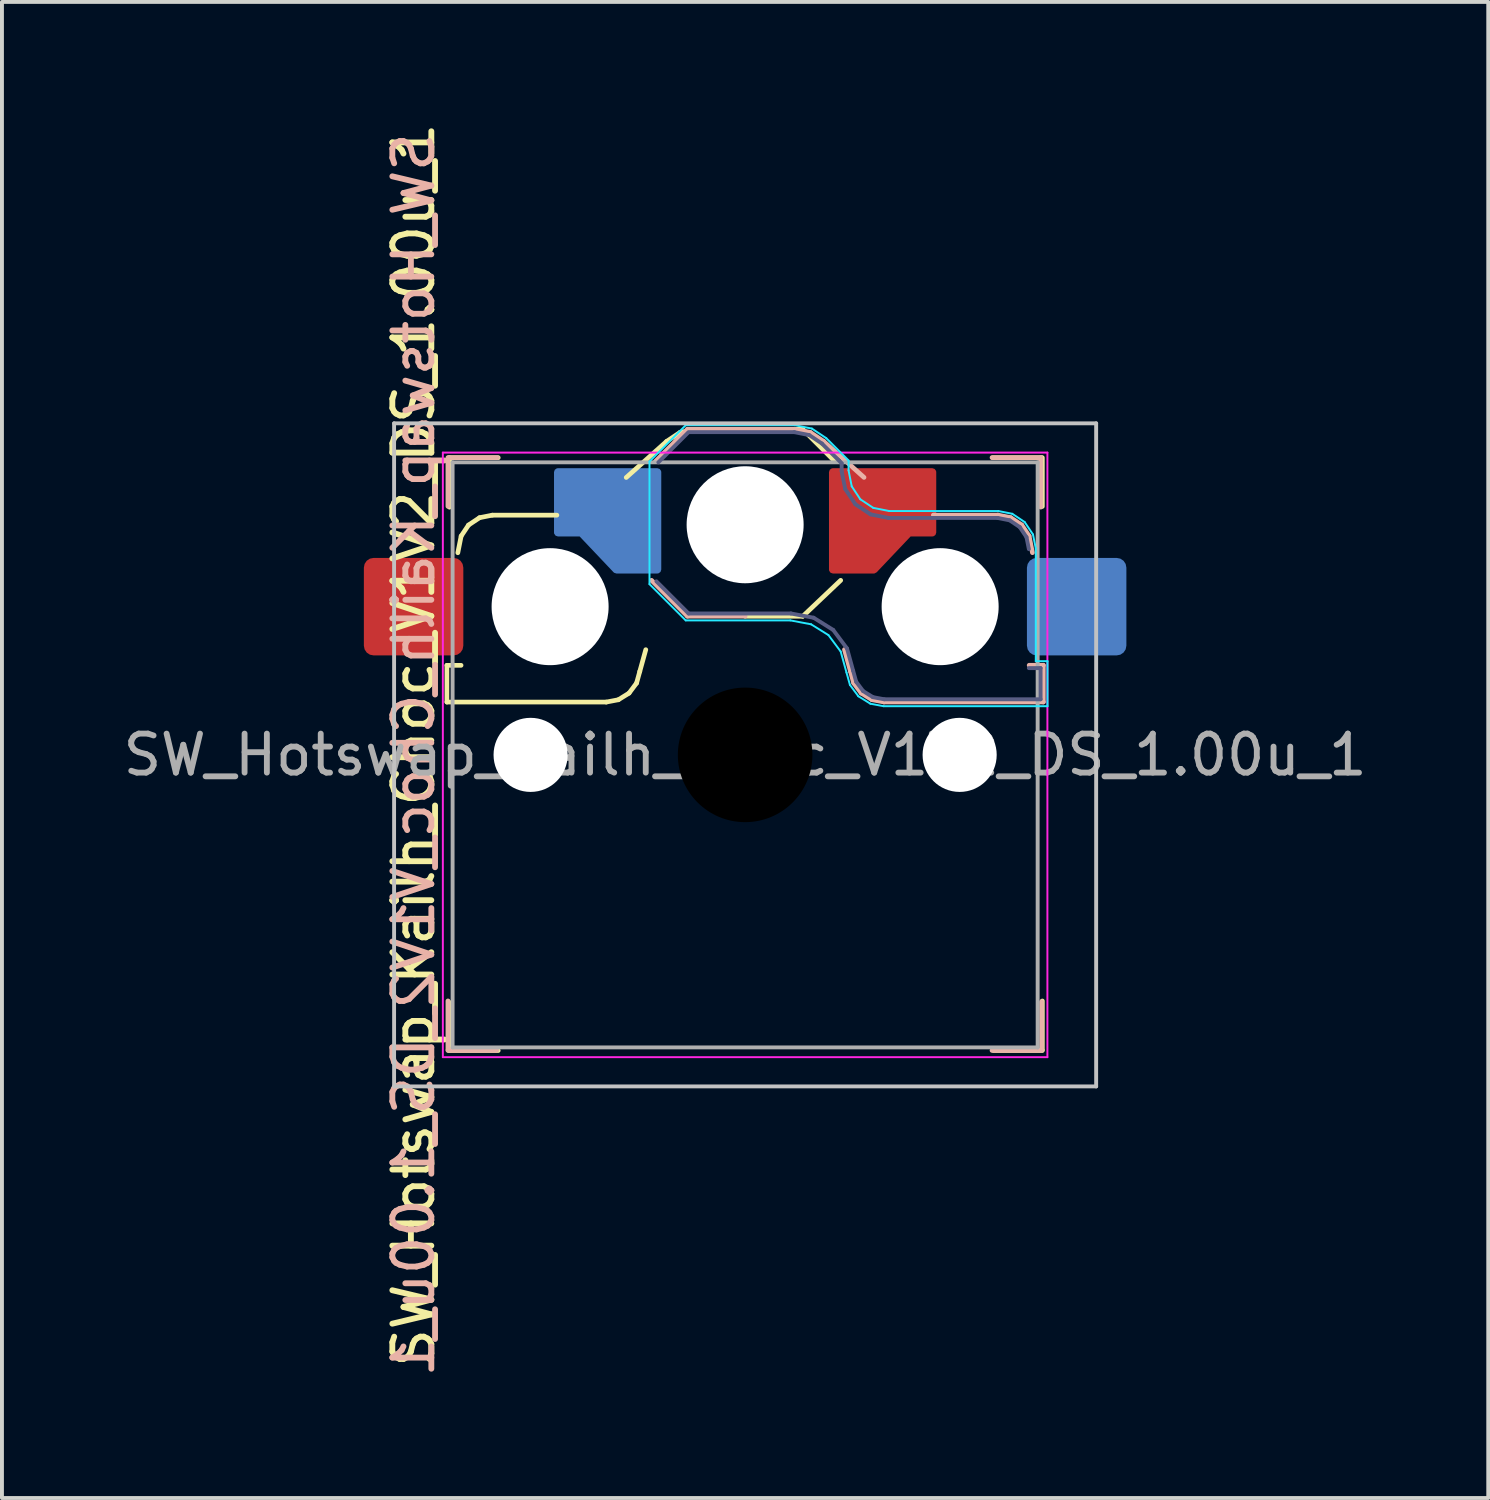
<source format=kicad_pcb>
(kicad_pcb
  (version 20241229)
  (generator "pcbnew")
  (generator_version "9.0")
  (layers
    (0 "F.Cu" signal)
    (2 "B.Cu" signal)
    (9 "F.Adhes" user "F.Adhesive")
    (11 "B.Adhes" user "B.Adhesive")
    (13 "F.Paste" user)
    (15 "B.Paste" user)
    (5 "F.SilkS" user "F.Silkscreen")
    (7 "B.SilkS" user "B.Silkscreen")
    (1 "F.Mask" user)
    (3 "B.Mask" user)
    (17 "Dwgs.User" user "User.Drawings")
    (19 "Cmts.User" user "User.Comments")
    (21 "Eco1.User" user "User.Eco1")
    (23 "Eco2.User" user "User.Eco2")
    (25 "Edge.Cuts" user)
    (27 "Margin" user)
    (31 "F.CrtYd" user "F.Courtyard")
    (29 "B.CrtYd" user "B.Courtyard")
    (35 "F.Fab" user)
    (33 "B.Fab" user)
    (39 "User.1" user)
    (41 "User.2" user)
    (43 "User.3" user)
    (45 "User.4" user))
  (footprint "SW_Hotswap_Kailh_Choc_V1V2_DS_1.00u_1"
    (layer "F.Cu")
    (at 16.054 16.304)
    (property "Reference" "SW_Hotswap_Kailh_Choc_V1V2_DS_1.00u_1" (at -8.5 0 90) (unlocked yes) (layer "B.SilkS") (effects (font (size 1 1) (thickness 0.15)) (justify mirror)))
    (attr smd)
    (fp_line (start -7.646 -2.296) (end -7.646 -1.354) (stroke (width 0.12) (type solid)) (layer "F.SilkS"))
    (fp_line (start -7.646 -1.354) (end -3.56 -1.354) (stroke (width 0.12) (type solid)) (layer "F.SilkS"))
    (fp_line (start -7.6 6.33) (end -7.6 7.58) (stroke (width 0.12) (type solid)) (layer "F.SilkS"))
    (fp_line (start -7.58 -7.62) (end -7.58 -6.37) (stroke (width 0.12) (type solid)) (layer "F.SilkS"))
    (fp_line (start -7.58 -7.6) (end -7.58 -6.35) (stroke (width 0.12) (type solid)) (layer "F.SilkS"))
    (fp_line (start -7.58 7.58) (end -6.33 7.58) (stroke (width 0.12) (type solid)) (layer "F.SilkS"))
    (fp_line (start -7.283 -2.296) (end -7.646 -2.296) (stroke (width 0.12) (type solid)) (layer "F.SilkS"))
    (fp_line (start -7.281 -5.609) (end -7.366 -5.182) (stroke (width 0.12) (type solid)) (layer "F.SilkS"))
    (fp_line (start -7.092 -5.892) (end -7.281 -5.609) (stroke (width 0.12) (type solid)) (layer "F.SilkS"))
    (fp_line (start -6.809 -6.081) (end -7.092 -5.892) (stroke (width 0.12) (type solid)) (layer "F.SilkS"))
    (fp_line (start -6.482 -6.146) (end -6.809 -6.081) (stroke (width 0.12) (type solid)) (layer "F.SilkS"))
    (fp_line (start -6.33 -7.62) (end -7.58 -7.62) (stroke (width 0.12) (type solid)) (layer "F.SilkS"))
    (fp_line (start -4.826 -6.146) (end -6.482 -6.146) (stroke (width 0.12) (type solid)) (layer "F.SilkS"))
    (fp_line (start -3.56 -1.354) (end -3.25 -1.413) (stroke (width 0.12) (type solid)) (layer "F.SilkS"))
    (fp_line (start -3.25 -1.413) (end -2.976 -1.583) (stroke (width 0.12) (type solid)) (layer "F.SilkS"))
    (fp_line (start -2.976 -1.583) (end -2.783 -1.841) (stroke (width 0.12) (type solid)) (layer "F.SilkS"))
    (fp_line (start -2.783 -1.841) (end -2.701 -2.139) (stroke (width 0.12) (type solid)) (layer "F.SilkS"))
    (fp_line (start -2.701 -2.139) (end -2.547 -2.697) (stroke (width 0.12) (type solid)) (layer "F.SilkS"))
    (fp_line (start -2.013 -8.037) (end -3.048 -7.112) (stroke (width 0.12) (type solid)) (layer "F.SilkS"))
    (fp_line (start -1.671 -8.266) (end -2.013 -8.037) (stroke (width 0.12) (type solid)) (layer "F.SilkS"))
    (fp_line (start -1.268 -8.346) (end -1.671 -8.266) (stroke (width 0.12) (type solid)) (layer "F.SilkS"))
    (fp_line (start 0 -3.554) (end 1.479 -3.554) (stroke (width 0.12) (type solid)) (layer "F.SilkS"))
    (fp_line (start 1.479 -8.346) (end -1.268 -8.346) (stroke (width 0.12) (type solid)) (layer "F.SilkS"))
    (fp_line (start 1.479 -3.554) (end 2.45 -4.475) (stroke (width 0.12) (type solid)) (layer "F.SilkS"))
    (fp_line (start 2.3 -7.525) (end 1.479 -8.346) (stroke (width 0.12) (type solid)) (layer "F.SilkS"))
    (fp_line (start 6.37 7.58) (end 7.62 7.58) (stroke (width 0.12) (type solid)) (layer "F.SilkS"))
    (fp_line (start 7.6 -7.62) (end 6.35 -7.62) (stroke (width 0.12) (type solid)) (layer "F.SilkS"))
    (fp_line (start 7.62 -6.37) (end 7.62 -7.62) (stroke (width 0.12) (type solid)) (layer "F.SilkS"))
    (fp_line (start 7.62 7.56) (end 7.62 6.31) (stroke (width 0.12) (type solid)) (layer "F.SilkS"))
    (fp_line (start -7.62 -6.372) (end -7.62 -7.622) (stroke (width 0.12) (type solid)) (layer "B.SilkS"))
    (fp_line (start -7.62 7.558) (end -7.62 6.308) (stroke (width 0.12) (type solid)) (layer "B.SilkS"))
    (fp_line (start -7.6 -7.622) (end -6.35 -7.622) (stroke (width 0.12) (type solid)) (layer "B.SilkS"))
    (fp_line (start -6.37 7.578) (end -7.62 7.578) (stroke (width 0.12) (type solid)) (layer "B.SilkS"))
    (fp_line (start -2.3 -7.525) (end -1.479 -8.348) (stroke (width 0.12) (type solid)) (layer "B.SilkS"))
    (fp_line (start -1.479 -8.348) (end 1.268 -8.348) (stroke (width 0.12) (type solid)) (layer "B.SilkS"))
    (fp_line (start -1.479 -3.556) (end -2.4 -4.475) (stroke (width 0.12) (type solid)) (layer "B.SilkS"))
    (fp_line (start 0 -3.556) (end -1.479 -3.556) (stroke (width 0.12) (type solid)) (layer "B.SilkS"))
    (fp_line (start 1.268 -8.348) (end 1.671 -8.268) (stroke (width 0.12) (type solid)) (layer "B.SilkS"))
    (fp_line (start 1.671 -8.268) (end 2.013 -8.039) (stroke (width 0.12) (type solid)) (layer "B.SilkS"))
    (fp_line (start 2.013 -8.039) (end 3.048 -7.114) (stroke (width 0.12) (type solid)) (layer "B.SilkS"))
    (fp_line (start 2.701 -2.141) (end 2.547 -2.699) (stroke (width 0.12) (type solid)) (layer "B.SilkS"))
    (fp_line (start 2.783 -1.843) (end 2.701 -2.141) (stroke (width 0.12) (type solid)) (layer "B.SilkS"))
    (fp_line (start 2.976 -1.585) (end 2.783 -1.843) (stroke (width 0.12) (type solid)) (layer "B.SilkS"))
    (fp_line (start 3.25 -1.415) (end 2.976 -1.585) (stroke (width 0.12) (type solid)) (layer "B.SilkS"))
    (fp_line (start 3.56 -1.356) (end 3.25 -1.415) (stroke (width 0.12) (type solid)) (layer "B.SilkS"))
    (fp_line (start 4.826 -6.148) (end 6.482 -6.148) (stroke (width 0.12) (type solid)) (layer "B.SilkS"))
    (fp_line (start 6.33 -7.622) (end 7.58 -7.622) (stroke (width 0.12) (type solid)) (layer "B.SilkS"))
    (fp_line (start 6.482 -6.148) (end 6.809 -6.083) (stroke (width 0.12) (type solid)) (layer "B.SilkS"))
    (fp_line (start 6.809 -6.083) (end 7.092 -5.894) (stroke (width 0.12) (type solid)) (layer "B.SilkS"))
    (fp_line (start 7.092 -5.894) (end 7.281 -5.611) (stroke (width 0.12) (type solid)) (layer "B.SilkS"))
    (fp_line (start 7.281 -5.611) (end 7.366 -5.184) (stroke (width 0.12) (type solid)) (layer "B.SilkS"))
    (fp_line (start 7.283 -2.298) (end 7.646 -2.298) (stroke (width 0.12) (type solid)) (layer "B.SilkS"))
    (fp_line (start 7.58 -7.622) (end 7.58 -6.372) (stroke (width 0.12) (type solid)) (layer "B.SilkS"))
    (fp_line (start 7.58 -7.602) (end 7.58 -6.352) (stroke (width 0.12) (type solid)) (layer "B.SilkS"))
    (fp_line (start 7.58 7.578) (end 6.33 7.578) (stroke (width 0.12) (type solid)) (layer "B.SilkS"))
    (fp_line (start 7.6 6.328) (end 7.6 7.578) (stroke (width 0.12) (type solid)) (layer "B.SilkS"))
    (fp_line (start 7.646 -2.298) (end 7.646 -1.356) (stroke (width 0.12) (type solid)) (layer "B.SilkS"))
    (fp_line (start 7.646 -1.356) (end 3.56 -1.356) (stroke (width 0.12) (type solid)) (layer "B.SilkS"))
    (fp_line (start -9 -8.5) (end -9 8.5) (stroke (width 0.1) (type solid)) (layer "Dwgs.User"))
    (fp_line (start -9 8.5) (end 9 8.5) (stroke (width 0.1) (type solid)) (layer "Dwgs.User"))
    (fp_line (start 9 -8.5) (end -9 -8.5) (stroke (width 0.1) (type solid)) (layer "Dwgs.User"))
    (fp_line (start 9 8.5) (end 9 -8.5) (stroke (width 0.1) (type solid)) (layer "Dwgs.User"))
    (fp_line (start -7.25 -7.25) (end -7.25 7.25) (stroke (width 0.1) (type solid)) (layer "Eco1.User"))
    (fp_line (start -7.25 7.25) (end 7.25 7.25) (stroke (width 0.1) (type solid)) (layer "Eco1.User"))
    (fp_line (start 7.25 -7.25) (end -7.25 -7.25) (stroke (width 0.1) (type solid)) (layer "Eco1.User"))
    (fp_line (start 7.25 7.25) (end 7.25 -7.25) (stroke (width 0.1) (type solid)) (layer "Eco1.User"))
    (fp_line (start -2.452 -7.523) (end -1.523 -8.452) (stroke (width 0.05) (type solid)) (layer "B.CrtYd"))
    (fp_line (start -2.452 -4.377) (end -2.452 -7.523) (stroke (width 0.05) (type solid)) (layer "B.CrtYd"))
    (fp_line (start -1.523 -8.452) (end 1.278 -8.452) (stroke (width 0.05) (type solid)) (layer "B.CrtYd"))
    (fp_line (start -1.523 -3.448) (end -2.452 -4.377) (stroke (width 0.05) (type solid)) (layer "B.CrtYd"))
    (fp_line (start 1.159 -3.448) (end -1.523 -3.448) (stroke (width 0.05) (type solid)) (layer "B.CrtYd"))
    (fp_line (start 1.278 -8.452) (end 1.712 -8.366) (stroke (width 0.05) (type solid)) (layer "B.CrtYd"))
    (fp_line (start 1.691 -3.348) (end 1.159 -3.448) (stroke (width 0.05) (type solid)) (layer "B.CrtYd"))
    (fp_line (start 1.712 -8.366) (end 2.081 -8.119) (stroke (width 0.05) (type solid)) (layer "B.CrtYd"))
    (fp_line (start 2.081 -8.119) (end 2.652 -7.548) (stroke (width 0.05) (type solid)) (layer "B.CrtYd"))
    (fp_line (start 2.136 -3.071) (end 1.691 -3.348) (stroke (width 0.05) (type solid)) (layer "B.CrtYd"))
    (fp_line (start 2.45 -2.65) (end 2.136 -3.071) (stroke (width 0.05) (type solid)) (layer "B.CrtYd"))
    (fp_line (start 2.599 -2.111) (end 2.45 -2.65) (stroke (width 0.05) (type solid)) (layer "B.CrtYd"))
    (fp_line (start 2.652 -7.548) (end 2.652 -7.292) (stroke (width 0.05) (type solid)) (layer "B.CrtYd"))
    (fp_line (start 2.652 -7.292) (end 2.733 -6.885) (stroke (width 0.05) (type solid)) (layer "B.CrtYd"))
    (fp_line (start 2.687 -1.794) (end 2.599 -2.111) (stroke (width 0.05) (type solid)) (layer "B.CrtYd"))
    (fp_line (start 2.733 -6.885) (end 2.953 -6.553) (stroke (width 0.05) (type solid)) (layer "B.CrtYd"))
    (fp_line (start 2.903 -1.503) (end 2.687 -1.794) (stroke (width 0.05) (type solid)) (layer "B.CrtYd"))
    (fp_line (start 2.953 -6.553) (end 3.285 -6.333) (stroke (width 0.05) (type solid)) (layer "B.CrtYd"))
    (fp_line (start 3.211 -1.312) (end 2.903 -1.503) (stroke (width 0.05) (type solid)) (layer "B.CrtYd"))
    (fp_line (start 3.285 -6.333) (end 3.692 -6.252) (stroke (width 0.05) (type solid)) (layer "B.CrtYd"))
    (fp_line (start 3.55 -1.248) (end 3.211 -1.312) (stroke (width 0.05) (type solid)) (layer "B.CrtYd"))
    (fp_line (start 3.692 -6.252) (end 6.492 -6.252) (stroke (width 0.05) (type solid)) (layer "B.CrtYd"))
    (fp_line (start 6.492 -6.252) (end 6.85 -6.181) (stroke (width 0.05) (type solid)) (layer "B.CrtYd"))
    (fp_line (start 6.85 -6.181) (end 7.168 -5.968) (stroke (width 0.05) (type solid)) (layer "B.CrtYd"))
    (fp_line (start 7.168 -5.968) (end 7.381 -5.65) (stroke (width 0.05) (type solid)) (layer "B.CrtYd"))
    (fp_line (start 7.381 -5.65) (end 7.452 -5.292) (stroke (width 0.05) (type solid)) (layer "B.CrtYd"))
    (fp_line (start 7.452 -5.292) (end 7.452 -2.402) (stroke (width 0.05) (type solid)) (layer "B.CrtYd"))
    (fp_line (start 7.452 -2.402) (end 7.752 -2.402) (stroke (width 0.05) (type solid)) (layer "B.CrtYd"))
    (fp_line (start 7.752 -2.402) (end 7.752 -1.248) (stroke (width 0.05) (type solid)) (layer "B.CrtYd"))
    (fp_line (start 7.752 -1.248) (end 3.55 -1.248) (stroke (width 0.05) (type solid)) (layer "B.CrtYd"))
    (fp_line (start -7.75 -7.75) (end -7.75 7.75) (stroke (width 0.05) (type solid)) (layer "F.CrtYd"))
    (fp_line (start -7.75 7.75) (end 7.75 7.75) (stroke (width 0.05) (type solid)) (layer "F.CrtYd"))
    (fp_line (start 7.75 -7.75) (end -7.75 -7.75) (stroke (width 0.05) (type solid)) (layer "F.CrtYd"))
    (fp_line (start 7.75 7.75) (end 7.75 -7.75) (stroke (width 0.05) (type solid)) (layer "F.CrtYd"))
    (fp_line (start -2.225 -7.5) (end -1.475 -8.25) (stroke (width 0.1) (type solid)) (layer "B.Fab"))
    (fp_line (start -1.45 -8.275) (end 1.261 -8.275) (stroke (width 0.1) (type solid)) (layer "B.Fab"))
    (fp_line (start -1.45 -3.625) (end -2.275 -4.45) (stroke (width 0.1) (type solid)) (layer "B.Fab"))
    (fp_line (start 1.175 -3.625) (end -1.45 -3.625) (stroke (width 0.1) (type solid)) (layer "B.Fab"))
    (fp_line (start 1.261 -8.275) (end 1.643 -8.199) (stroke (width 0.1) (type solid)) (layer "B.Fab"))
    (fp_line (start 1.643 -8.199) (end 1.968 -7.982) (stroke (width 0.1) (type solid)) (layer "B.Fab"))
    (fp_line (start 1.756 -3.516) (end 1.175 -3.625) (stroke (width 0.1) (type solid)) (layer "B.Fab"))
    (fp_line (start 1.968 -7.982) (end 2.475 -7.475) (stroke (width 0.1) (type solid)) (layer "B.Fab"))
    (fp_line (start 2.258 -3.203) (end 1.756 -3.516) (stroke (width 0.1) (type solid)) (layer "B.Fab"))
    (fp_line (start 2.475 -7.475) (end 2.475 -7.275) (stroke (width 0.1) (type solid)) (layer "B.Fab"))
    (fp_line (start 2.475 -7.275) (end 2.566 -6.816) (stroke (width 0.1) (type solid)) (layer "B.Fab"))
    (fp_line (start 2.566 -6.816) (end 2.826 -6.426) (stroke (width 0.1) (type solid)) (layer "B.Fab"))
    (fp_line (start 2.612 -2.729) (end 2.258 -3.203) (stroke (width 0.1) (type solid)) (layer "B.Fab"))
    (fp_line (start 2.769 -2.158) (end 2.612 -2.729) (stroke (width 0.1) (type solid)) (layer "B.Fab"))
    (fp_line (start 2.826 -6.426) (end 3.216 -6.166) (stroke (width 0.1) (type solid)) (layer "B.Fab"))
    (fp_line (start 2.848 -1.873) (end 2.769 -2.158) (stroke (width 0.1) (type solid)) (layer "B.Fab"))
    (fp_line (start 3.025 -1.636) (end 2.848 -1.873) (stroke (width 0.1) (type solid)) (layer "B.Fab"))
    (fp_line (start 3.216 -6.166) (end 3.675 -6.075) (stroke (width 0.1) (type solid)) (layer "B.Fab"))
    (fp_line (start 3.276 -1.48) (end 3.025 -1.636) (stroke (width 0.1) (type solid)) (layer "B.Fab"))
    (fp_line (start 3.567 -1.425) (end 3.276 -1.48) (stroke (width 0.1) (type solid)) (layer "B.Fab"))
    (fp_line (start 3.675 -6.075) (end 6.475 -6.075) (stroke (width 0.1) (type solid)) (layer "B.Fab"))
    (fp_line (start 6.475 -6.075) (end 6.781 -6.014) (stroke (width 0.1) (type solid)) (layer "B.Fab"))
    (fp_line (start 6.781 -6.014) (end 7.041 -5.841) (stroke (width 0.1) (type solid)) (layer "B.Fab"))
    (fp_line (start 7.041 -5.841) (end 7.214 -5.581) (stroke (width 0.1) (type solid)) (layer "B.Fab"))
    (fp_line (start 7.214 -5.581) (end 7.275 -5.275) (stroke (width 0.1) (type solid)) (layer "B.Fab"))
    (fp_line (start 7.275 -2.225) (end 7.575 -2.225) (stroke (width 0.1) (type solid)) (layer "B.Fab"))
    (fp_line (start 7.575 -2.225) (end 7.575 -1.425) (stroke (width 0.1) (type solid)) (layer "B.Fab"))
    (fp_line (start 7.575 -1.425) (end 3.567 -1.425) (stroke (width 0.1) (type solid)) (layer "B.Fab"))
    (fp_line (start -7.5 -7.5) (end -7.5 7.5) (stroke (width 0.1) (type solid)) (layer "F.Fab"))
    (fp_line (start -7.5 7.5) (end 7.5 7.5) (stroke (width 0.1) (type solid)) (layer "F.Fab"))
    (fp_line (start 7.5 -7.5) (end -7.5 -7.5) (stroke (width 0.1) (type solid)) (layer "F.Fab"))
    (fp_line (start 7.5 7.5) (end 7.5 -7.5) (stroke (width 0.1) (type solid)) (layer "F.Fab"))
    (fp_rect (start 7 -7) (end -7 7) (stroke (width 0.1) (type default)) (fill no) (layer "User.3"))
    (fp_rect (start 7.5 7.5) (end -7.5 -7.5) (stroke (width 0.1) (type default)) (fill no) (layer "User.3"))
    (fp_text user "${REFERENCE}" (at -8.5 -0.25 90) (layer "F.SilkS") (effects (font (size 1 1) (thickness 0.15))))
    (fp_text user "${REFERENCE}" (at 0 0 0) (layer "F.Fab") (effects (font (size 1 1) (thickness 0.15))))
    (pad "" np_thru_hole circle (at -5.5 0) (size 1.9 1.9) (drill 1.9) (layers "*.Cu" "*.Mask"))
    (pad "" np_thru_hole circle (at -5 -3.8) (size 3 3) (drill 3) (layers "*.Cu" "*.Mask"))
    (pad "" np_thru_hole circle (at 0 -5.9) (size 3 3) (drill 3) (layers "*.Cu" "*.Mask"))
    (pad "" np_thru_hole circle (at 0 0) (size 3.45 3.45) (drill 3.45) (layers "*.Mask"))
    (pad "" np_thru_hole circle (at 5 -3.8) (size 3 3) (drill 3) (layers "*.Cu" "*.Mask"))
    (pad "" np_thru_hole circle (at 5.5 0) (size 1.9 1.9) (drill 1.9) (layers "*.Cu" "*.Mask"))
    (pad "1" smd custom (at -3.5 -6 180) (size 1 1) (layers "B.Cu" "B.Mask" "B.Paste") (options (anchor rect)) (primitives (gr_poly (pts (xy -1.25 -1.25) (xy -1.25 1.25) (xy 1.3 1.25) (xy 1.3 -0.3) (xy 0.7 -0.3) (xy -0.2 -1.25)) (width 0.2) (fill yes))))
    (pad "1" smd custom (at 3.5 -6) (size 1 1) (layers "F.Cu" "F.Mask" "F.Paste") (options (anchor rect)) (primitives (gr_poly (pts (xy -1.25 1.25) (xy -1.25 -1.25) (xy 1.3 -1.25) (xy 1.3 0.3) (xy 0.7 0.3) (xy -0.2 1.25)) (width 0.2) (fill yes))))
    (pad "2" smd roundrect (at -8.5 -3.8) (size 2.55 2.5) (layers "F.Cu" "F.Mask" "F.Paste") (roundrect_rratio 0.1))
    (pad "2" smd roundrect (at 8.5 -3.8) (size 2.55 2.5) (layers "B.Cu" "B.Mask" "B.Paste") (roundrect_rratio 0.1)))
  (gr_rect
    (start -3 -3)
    (end 35.107 35.357)
    (stroke (width 0.1) (type default))
    (fill no)
    (layer "Edge.Cuts")))
</source>
